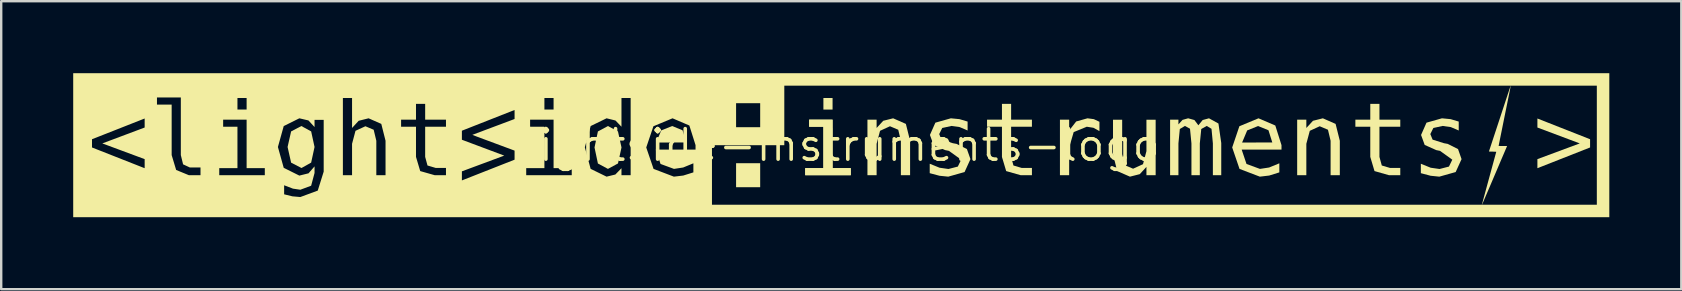
<source format=kicad_pcb>
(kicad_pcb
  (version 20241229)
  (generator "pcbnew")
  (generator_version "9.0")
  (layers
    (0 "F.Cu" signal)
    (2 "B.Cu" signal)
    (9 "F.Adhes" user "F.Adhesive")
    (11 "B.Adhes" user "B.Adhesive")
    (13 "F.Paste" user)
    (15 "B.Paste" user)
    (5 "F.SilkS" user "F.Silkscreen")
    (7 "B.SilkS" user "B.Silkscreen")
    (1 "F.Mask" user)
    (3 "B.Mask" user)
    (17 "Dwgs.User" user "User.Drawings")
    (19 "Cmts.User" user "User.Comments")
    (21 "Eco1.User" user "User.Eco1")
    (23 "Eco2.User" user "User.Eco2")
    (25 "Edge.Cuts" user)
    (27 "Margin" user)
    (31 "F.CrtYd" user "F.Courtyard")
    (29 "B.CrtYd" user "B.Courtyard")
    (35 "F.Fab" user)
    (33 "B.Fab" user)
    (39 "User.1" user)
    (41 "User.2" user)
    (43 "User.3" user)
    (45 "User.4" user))
  (footprint "lightside-instruments-logo"
    (layer "F.Cu")
    (at 32 3)
    (property "Reference" "lightside-instruments-logo" (at 0 0 0) (layer "F.SilkS") (effects (font (size 1.27 1.27) (thickness 0.15))))
    (attr smd)
    (fp_poly (pts (xy -32 -3) (xy 32 -3) (xy 32 3) (xy -32 3) (xy -32 -3)) (stroke (width 0) (type solid)) (fill yes) (layer "F.Mask"))
    (fp_poly (pts (xy -4.382 0.75) (xy -4.382 1.75) (xy -3.378 1.75) (xy -3.378 0.75) (xy -4.382 0.75)) (stroke (width 0) (type solid)) (fill yes) (layer "F.SilkS"))
    (fp_poly (pts (xy -0.744 -1.967) (xy -0.744 -1.485) (xy -0.362 -1.485) (xy -0.362 -1.967) (xy -0.744 -1.967)) (stroke (width 0) (type solid)) (fill yes) (layer "F.SilkS"))
    (fp_poly (pts (xy -7.045 -0.799) (xy -7.5 -0.617) (xy -7.712 -0.112) (xy -6.454 -0.114) (xy -6.613 -0.623) (xy -7.045 -0.799)) (stroke (width 0) (type solid)) (fill yes) (layer "F.SilkS"))
    (fp_poly (pts (xy 29.004 -1.113) (xy 29.004 -0.737) (xy 30.769 -0.075) (xy 29.004 0.58) (xy 29.004 0.958) (xy 31.199 0.094) (xy 31.199 -0.249) (xy 29.004 -1.113)) (stroke (width 0) (type solid)) (fill yes) (layer "F.SilkS"))
    (fp_poly (pts (xy -22.494 -0.799) (xy -22.921 -0.575) (xy -23.068 0.074) (xy -22.921 0.727) (xy -22.489 0.95) (xy -22.086 0.725) (xy -21.945 0.074) (xy -22.086 -0.575) (xy -22.494 -0.799)) (stroke (width 0) (type solid)) (fill yes) (layer "F.SilkS"))
    (fp_poly (pts (xy -9.721 -0.799) (xy -10.139 -0.573) (xy -10.28 0.094) (xy -10.139 0.762) (xy -9.721 0.987) (xy -9.302 0.76) (xy -9.156 0.094) (xy -9.302 -0.571) (xy -9.721 -0.799)) (stroke (width 0) (type solid)) (fill yes) (layer "F.SilkS"))
    (fp_poly (pts (xy -1.34 -1.065) (xy -1.34 -0.77) (xy -0.744 -0.77) (xy -0.744 0.954) (xy -1.502 0.954) (xy -1.502 1.25) (xy 0.396 1.25) (xy 0.396 0.954) (xy -0.362 0.954) (xy -0.362 -1.065) (xy -1.34 -1.065)) (stroke (width 0) (type solid)) (fill yes) (layer "F.SilkS"))
    (fp_poly (pts (xy -1.34 -1.065) (xy -1.34 -0.77) (xy -0.744 -0.77) (xy -0.744 0.954) (xy -1.502 0.954) (xy -1.502 1.25) (xy 0.396 1.25) (xy 0.396 0.954) (xy -0.362 0.954) (xy -0.362 -1.065) (xy -1.34 -1.065)) (stroke (width 0) (type solid)) (fill yes) (layer "F.SilkS"))
    (fp_poly (pts (xy 10.259 -1.121) (xy 9.788 -0.989) (xy 9.495 -0.613) (xy 9.495 -1.065) (xy 9.111 -1.065) (xy 9.111 1.25) (xy 9.495 1.25) (xy 9.495 0.098) (xy 9.684 -0.546) (xy 10.23 -0.77) (xy 10.508 -0.726) (xy 10.757 -0.588) (xy 10.757 -0.976) (xy 10.523 -1.086) (xy 10.259 -1.121)) (stroke (width 0) (type solid)) (fill yes) (layer "F.SilkS"))
    (fp_poly (pts (xy 2.162 -1.121) (xy 1.749 -1.018) (xy 1.473 -0.718) (xy 1.473 -1.065) (xy 1.091 -1.065) (xy 1.091 1.25) (xy 1.473 1.25) (xy 1.473 -0.059) (xy 1.616 -0.6) (xy 2.029 -0.79) (xy 2.374 -0.644) (xy 2.484 -0.185) (xy 2.484 1.25) (xy 2.868 1.25) (xy 2.868 -0.185) (xy 2.692 -0.888) (xy 2.162 -1.121)) (stroke (width 0) (type solid)) (fill yes) (layer "F.SilkS"))
    (fp_poly (pts (xy 11.322 -1.061) (xy 11.322 0.373) (xy 11.496 1.078) (xy 12.028 1.31) (xy 12.437 1.206) (xy 12.715 0.903) (xy 12.715 1.25) (xy 13.099 1.25) (xy 13.099 -1.061) (xy 12.715 -1.061) (xy 12.715 0.247) (xy 12.572 0.791) (xy 12.159 0.979) (xy 11.814 0.832) (xy 11.704 0.373) (xy 11.704 -1.061) (xy 11.322 -1.061)) (stroke (width 0) (type solid)) (fill yes) (layer "F.SilkS"))
    (fp_poly (pts (xy 20.066 -1.121) (xy 19.654 -1.018) (xy 19.377 -0.718) (xy 19.377 -1.065) (xy 18.995 -1.065) (xy 18.995 1.25) (xy 19.377 1.25) (xy 19.377 -0.059) (xy 19.521 -0.6) (xy 19.934 -0.79) (xy 20.278 -0.644) (xy 20.388 -0.185) (xy 20.388 1.25) (xy 20.772 1.25) (xy 20.772 -0.185) (xy 20.596 -0.888) (xy 20.066 -1.121)) (stroke (width 0) (type solid)) (fill yes) (layer "F.SilkS"))
    (fp_poly (pts (xy 6.695 -1.723) (xy 6.695 -1.065) (xy 6.074 -1.065) (xy 6.074 -0.77) (xy 6.695 -0.77) (xy 6.695 0.487) (xy 6.871 1.078) (xy 7.477 1.25) (xy 7.944 1.25) (xy 7.944 0.946) (xy 7.515 0.946) (xy 7.174 0.845) (xy 7.077 0.487) (xy 7.077 -0.77) (xy 7.944 -0.77) (xy 7.944 -1.065) (xy 7.077 -1.065) (xy 7.077 -1.723) (xy 6.695 -1.723)) (stroke (width 0) (type solid)) (fill yes) (layer "F.SilkS"))
    (fp_poly (pts (xy 22.041 -1.723) (xy 22.041 -1.065) (xy 21.42 -1.065) (xy 21.42 -0.77) (xy 22.041 -0.77) (xy 22.041 0.487) (xy 22.217 1.078) (xy 22.823 1.25) (xy 23.291 1.25) (xy 23.291 0.946) (xy 22.861 0.946) (xy 22.521 0.845) (xy 22.423 0.487) (xy 22.423 -0.77) (xy 23.291 -0.77) (xy 23.291 -1.065) (xy 22.423 -1.065) (xy 22.423 -1.723) (xy 22.041 -1.723)) (stroke (width 0) (type solid)) (fill yes) (layer "F.SilkS"))
    (fp_poly (pts (xy 17.384 -1.121) (xy 17.367 -0.799) (xy 17.799 -0.623) (xy 17.959 -0.114) (xy 16.701 -0.112) (xy 16.913 -0.617) (xy 17.367 -0.799) (xy 17.384 -1.121) (xy 16.587 -0.79) (xy 16.288 0.094) (xy 16.593 0.987) (xy 17.44 1.31) (xy 17.83 1.264) (xy 18.252 1.132) (xy 18.252 0.754) (xy 17.826 0.929) (xy 17.444 0.987) (xy 16.884 0.781) (xy 16.687 0.196) (xy 16.687 0.183) (xy 18.342 0.183) (xy 18.342 -0.003) (xy 18.084 -0.821) (xy 17.384 -1.121)) (stroke (width 0) (type solid)) (fill yes) (layer "F.SilkS"))
    (fp_poly (pts (xy 14.453 -1.121) (xy 14.218 -1.055) (xy 14.048 -0.867) (xy 14.048 -1.065) (xy 13.701 -1.065) (xy 13.701 1.25) (xy 14.048 1.25) (xy 14.048 -0.075) (xy 14.106 -0.675) (xy 14.318 -0.803) (xy 14.53 -0.687) (xy 14.59 -0.075) (xy 14.59 1.25) (xy 14.939 1.25) (xy 14.939 -0.075) (xy 14.999 -0.675) (xy 15.227 -0.803) (xy 15.426 -0.683) (xy 15.483 -0.075) (xy 15.483 1.25) (xy 15.832 1.25) (xy 15.832 -0.092) (xy 15.715 -0.904) (xy 15.321 -1.121) (xy 15.057 -1.049) (xy 14.879 -0.83) (xy 14.714 -1.049) (xy 14.453 -1.121)) (stroke (width 0) (type solid)) (fill yes) (layer "F.SilkS"))
    (fp_poly (pts (xy 4.567 -1.121) (xy 3.921 -0.939) (xy 3.694 -0.427) (xy 3.846 -0.011) (xy 4.328 0.204) (xy 4.471 0.233) (xy 4.488 0.237) (xy 4.996 0.603) (xy 4.857 0.89) (xy 4.465 0.991) (xy 4.095 0.938) (xy 3.686 0.772) (xy 3.686 1.165) (xy 4.095 1.273) (xy 4.457 1.31) (xy 5.138 1.118) (xy 5.383 0.58) (xy 5.235 0.16) (xy 4.805 -0.055) (xy 4.651 -0.083) (xy 4.176 -0.232) (xy 4.081 -0.464) (xy 4.207 -0.718) (xy 4.596 -0.803) (xy 4.934 -0.755) (xy 5.264 -0.613) (xy 5.264 -0.985) (xy 4.926 -1.086) (xy 4.567 -1.121) (xy 4.567 -1.121)) (stroke (width 0) (type solid)) (fill yes) (layer "F.SilkS"))
    (fp_poly (pts (xy 25.028 -1.121) (xy 24.383 -0.939) (xy 24.157 -0.427) (xy 24.308 -0.011) (xy 24.79 0.204) (xy 24.933 0.233) (xy 24.949 0.237) (xy 25.458 0.603) (xy 25.319 0.89) (xy 24.927 0.991) (xy 24.557 0.938) (xy 24.148 0.772) (xy 24.148 1.165) (xy 24.557 1.273) (xy 24.918 1.31) (xy 25.599 1.118) (xy 25.844 0.58) (xy 25.697 0.16) (xy 25.267 -0.055) (xy 25.114 -0.083) (xy 24.638 -0.232) (xy 24.543 -0.464) (xy 24.669 -0.718) (xy 25.057 -0.803) (xy 25.396 -0.755) (xy 25.726 -0.613) (xy 25.726 -0.985) (xy 25.388 -1.086) (xy 25.028 -1.121) (xy 25.028 -1.121)) (stroke (width 0) (type solid)) (fill yes) (layer "F.SilkS"))
    (fp_poly (pts (xy 27.855 -2.379) (xy 27.716 -1.959) (xy 27.292 -0.672) (xy 27.183 -0.342) (xy 26.988 0.252) (xy 26.985 0.264) (xy 27.138 0.267) (xy 27.29 0.274) (xy 26.825 1.981) (xy 26.74 2.295) (xy 26.686 2.495) (xy 26.687 2.5) (xy 26.743 2.374) (xy 26.863 2.091) (xy 26.994 1.786) (xy 27.123 1.484) (xy 27.304 1.059) (xy 27.484 0.635) (xy 27.614 0.332) (xy 27.71 0.106) (xy 27.741 0.033) (xy 27.565 0.033) (xy 27.388 0.031) (xy 27.399 -0.022) (xy 27.448 -0.27) (xy 27.525 -0.648) (xy 27.597 -1.006) (xy 27.706 -1.544) (xy 27.815 -2.081) (xy 27.875 -2.378) (xy 27.898 -2.5) (xy 27.855 -2.378) (xy 27.855 -2.379)) (stroke (width 0.000106) (type solid)) (fill yes) (layer "F.SilkS"))
    (fp_poly (pts (xy -32 -3) (xy -2.373 -2.48) (xy 31.48 -2.48) (xy 31.48 2.48) (xy -5.387 2.48) (xy -5.387 -0.000258) (xy -2.373 -0.000258) (xy -2.373 -2.48) (xy -32 -3) (xy -28.51 -1.989) (xy -27.516 -1.989) (xy -27.516 0.411) (xy -27.422 0.797) (xy -27.142 0.927) (xy -26.696 0.927) (xy -26.696 1.25) (xy -27.179 1.25) (xy -27.711 1.031) (xy -27.898 0.411) (xy -27.898 -1.692) (xy -28.51 -1.692) (xy -28.51 -1.989) (xy -32 -3) (xy -25.157 -1.967) (xy -24.775 -1.967) (xy -24.775 -1.485) (xy -25.157 -1.485) (xy -25.157 -1.967) (xy -32 -3) (xy -20.764 -1.967) (xy -20.382 -1.967) (xy -20.382 -0.718) (xy -20.106 -1.018) (xy -19.693 -1.121) (xy -19.164 -0.888) (xy -18.987 -0.185) (xy -18.987 1.25) (xy -19.371 1.25) (xy -19.371 -0.185) (xy -19.481 -0.644) (xy -19.826 -0.79) (xy -20.239 -0.6) (xy -20.382 -0.059) (xy -20.382 1.25) (xy -20.764 1.25) (xy -20.764 -1.967) (xy -32 -3) (xy -12.368 -1.967) (xy -11.986 -1.967) (xy -11.986 -1.485) (xy -12.368 -1.485) (xy -12.368 -1.967) (xy -32 -3) (xy -9.157 -1.967) (xy -8.775 -1.967) (xy -8.775 1.25) (xy -9.157 1.25) (xy -9.157 0.958) (xy -9.412 1.221) (xy -9.778 1.31) (xy -10.442 0.985) (xy -10.683 0.086) (xy -10.44 -0.799) (xy -9.778 -1.121) (xy -9.408 -1.03) (xy -9.157 -0.77) (xy -9.157 -1.967) (xy -32 -3) (xy -3.378 -1.75) (xy -3.378 -0.75) (xy -4.382 -0.75) (xy -4.382 -1.75) (xy -3.378 -1.75) (xy -32 -3) (xy -17.336 -1.723) (xy -17.336 -1.065) (xy -16.469 -1.065) (xy -16.469 -0.77) (xy -17.336 -0.77) (xy -17.336 0.487) (xy -17.239 0.845) (xy -16.899 0.946) (xy -16.469 0.946) (xy -16.469 1.25) (xy -16.936 1.25) (xy -17.542 1.078) (xy -17.718 0.487) (xy -17.718 -0.77) (xy -18.339 -0.77) (xy -18.339 -1.065) (xy -17.718 -1.065) (xy -17.718 -1.723) (xy -17.336 -1.723) (xy -32 -3) (xy -13.611 -1.468) (xy -13.611 -1.092) (xy -15.37 -0.432) (xy -15.181 -0.358) (xy -13.611 0.225) (xy -13.611 0.26) (xy -13.611 0.603) (xy -15.806 1.467) (xy -15.806 1.089) (xy -14.042 0.434) (xy -14.053 0.429) (xy -15.806 -0.228) (xy -15.806 -0.261) (xy -15.806 -0.604) (xy -13.611 -1.468) (xy -32 -3) (xy -29.023 -1.113) (xy -29.023 -0.737) (xy -30.787 -0.075) (xy -29.023 0.58) (xy -29.023 0.958) (xy -31.217 0.094) (xy -31.217 -0.249) (xy -29.023 -1.113) (xy -32 -3) (xy -32 3) (xy -22.537 2.159) (xy -22.867 2.13) (xy -23.212 2.046) (xy -23.212 1.669) (xy -22.843 1.81) (xy -22.537 1.855) (xy -22.087 1.688) (xy -21.945 1.157) (xy -21.945 1.14) (xy -21.945 0.882) (xy -22.195 1.171) (xy -22.578 1.266) (xy -23.229 0.942) (xy -23.471 0.074) (xy -23.229 -0.797) (xy -22.578 -1.121) (xy -22.199 -1.032) (xy -21.945 -0.757) (xy -21.945 -1.057) (xy -21.564 -1.057) (xy -21.564 1.101) (xy -21.811 1.891) (xy -22.537 2.159) (xy -32 3) (xy -6.973 1.31) (xy -7.82 0.987) (xy -8.125 0.094) (xy -7.826 -0.79) (xy -7.029 -1.121) (xy -6.329 -0.821) (xy -6.071 -0.003) (xy -6.071 0.183) (xy -7.726 0.183) (xy -7.726 0.196) (xy -7.529 0.781) (xy -6.969 0.987) (xy -6.587 0.929) (xy -6.161 0.754) (xy -6.161 1.132) (xy -6.583 1.264) (xy -6.973 1.31) (xy -32 3) (xy -24.017 1.25) (xy -25.915 1.25) (xy -25.915 0.954) (xy -25.157 0.954) (xy -25.157 -0.77) (xy -25.753 -0.77) (xy -25.753 -1.065) (xy -24.775 -1.065) (xy -24.775 0.954) (xy -24.017 0.954) (xy -24.017 1.25) (xy -32 3) (xy -11.229 1.25) (xy -13.126 1.25) (xy -13.126 0.954) (xy -12.368 0.954) (xy -12.368 -0.77) (xy -12.964 -0.77) (xy -12.964 -1.065) (xy -11.986 -1.065) (xy -11.986 0.954) (xy -11.229 0.954) (xy -11.229 1.25) (xy -32 3) (xy 32 3) (xy 32 -3) (xy -32 -3)) (stroke (width 0) (type solid)) (fill yes) (layer "F.SilkS")))
  (gr_rect
    (start -3 -3)
    (end 67 9)
    (stroke (width 0.1) (type default))
    (fill no)
    (layer "Edge.Cuts")))
</source>
